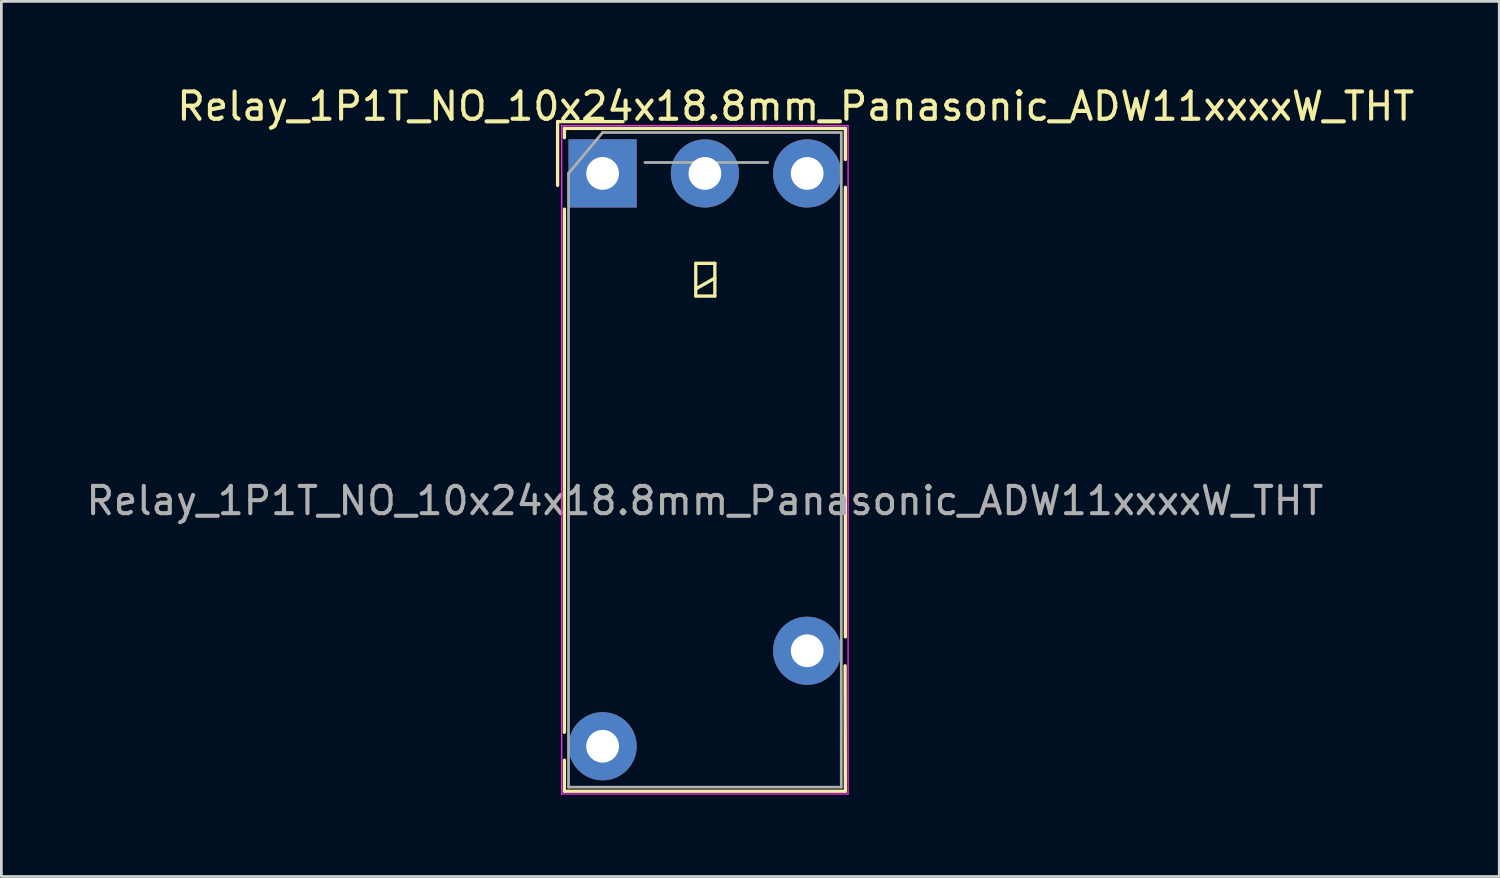
<source format=kicad_pcb>
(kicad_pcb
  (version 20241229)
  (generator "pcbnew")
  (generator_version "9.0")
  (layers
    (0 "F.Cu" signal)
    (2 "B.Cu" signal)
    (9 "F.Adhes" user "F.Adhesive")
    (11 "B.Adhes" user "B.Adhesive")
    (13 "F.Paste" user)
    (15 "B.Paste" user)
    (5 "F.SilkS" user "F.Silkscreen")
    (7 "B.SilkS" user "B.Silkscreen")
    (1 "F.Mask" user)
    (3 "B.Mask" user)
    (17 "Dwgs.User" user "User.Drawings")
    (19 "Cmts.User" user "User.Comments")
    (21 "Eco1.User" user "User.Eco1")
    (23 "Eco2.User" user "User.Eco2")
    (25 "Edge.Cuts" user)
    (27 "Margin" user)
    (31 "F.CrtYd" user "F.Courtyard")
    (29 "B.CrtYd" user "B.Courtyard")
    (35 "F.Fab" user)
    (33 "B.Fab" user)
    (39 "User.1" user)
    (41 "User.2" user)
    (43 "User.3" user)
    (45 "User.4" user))
  (footprint "Relay_1P1T_NO_10x24x18.8mm_Panasonic_ADW11xxxxW_THT"
    (layer "F.Cu")
    (at 19.042 3.308)
    (property "Reference" "Relay_1P1T_NO_10x24x18.8mm_Panasonic_ADW11xxxxW_THT" (at 7.08 -2.46 180) (layer "F.SilkS") (effects (font (size 1 1) (thickness 0.15))))
    (attr through_hole)
    (fp_line (start -1.65 -1.9) (end 0.75 -1.9) (stroke (width 0.12) (type solid)) (layer "F.SilkS"))
    (fp_line (start -1.65 0.44) (end -1.65 -1.9) (stroke (width 0.12) (type solid)) (layer "F.SilkS"))
    (fp_line (start -1.4 -1.65) (end -1.4 -1.31) (stroke (width 0.12) (type solid)) (layer "F.SilkS"))
    (fp_line (start -1.4 1.31) (end -1.4 20.49) (stroke (width 0.12) (type solid)) (layer "F.SilkS"))
    (fp_line (start -1.4 22.65) (end -1.4 21.51) (stroke (width 0.12) (type solid)) (layer "F.SilkS"))
    (fp_line (start 3.415 3.296) (end 3.415 4.496) (stroke (width 0.12) (type solid)) (layer "F.SilkS"))
    (fp_line (start 3.415 4.235) (end 4.115 3.835) (stroke (width 0.12) (type solid)) (layer "F.SilkS"))
    (fp_line (start 3.415 4.496) (end 4.115 4.496) (stroke (width 0.12) (type solid)) (layer "F.SilkS"))
    (fp_line (start 4.115 3.296) (end 3.415 3.296) (stroke (width 0.12) (type solid)) (layer "F.SilkS"))
    (fp_line (start 4.115 4.496) (end 4.115 3.296) (stroke (width 0.12) (type solid)) (layer "F.SilkS"))
    (fp_line (start 8.89 18.05) (end 8.9 22.65) (stroke (width 0.12) (type solid)) (layer "F.SilkS"))
    (fp_line (start 8.9 -1.65) (end -1.4 -1.65) (stroke (width 0.12) (type solid)) (layer "F.SilkS"))
    (fp_line (start 8.9 -1.65) (end 8.9 -0.51) (stroke (width 0.12) (type solid)) (layer "F.SilkS"))
    (fp_line (start 8.9 0.51) (end 8.9 16.99) (stroke (width 0.12) (type solid)) (layer "F.SilkS"))
    (fp_line (start 8.9 22.65) (end -1.4 22.65) (stroke (width 0.12) (type solid)) (layer "F.SilkS"))
    (fp_line (start -1.5 -1.75) (end -1.5 22.75) (stroke (width 0.05) (type solid)) (layer "F.CrtYd"))
    (fp_line (start 9 -1.75) (end -1.5 -1.75) (stroke (width 0.05) (type solid)) (layer "F.CrtYd"))
    (fp_line (start 9 22.75) (end -1.5 22.75) (stroke (width 0.05) (type solid)) (layer "F.CrtYd"))
    (fp_line (start 9 22.75) (end 9 -1.75) (stroke (width 0.05) (type solid)) (layer "F.CrtYd"))
    (fp_line (start -1.25 0) (end -1.25 22.5) (stroke (width 0.1) (type solid)) (layer "F.Fab"))
    (fp_line (start -1.25 0) (end 0 -1.5) (stroke (width 0.1) (type solid)) (layer "F.Fab"))
    (fp_line (start 1.55 -0.4) (end 6.05 -0.4) (stroke (width 0.1) (type solid)) (layer "F.Fab"))
    (fp_line (start 8.75 -1.5) (end 0 -1.5) (stroke (width 0.1) (type solid)) (layer "F.Fab"))
    (fp_line (start 8.75 22.5) (end -1.25 22.5) (stroke (width 0.1) (type solid)) (layer "F.Fab"))
    (fp_line (start 8.75 22.5) (end 8.75 -1.5) (stroke (width 0.1) (type solid)) (layer "F.Fab"))
    (fp_text user "${REFERENCE}" (at 3.75 12 180) (layer "F.Fab") (effects (font (size 1 1) (thickness 0.15))))
    (pad "1" thru_hole rect (at 0 0) (size 2.5 2.5) (drill 1.2) (layers "*.Cu" "*.Mask"))
    (pad "3" thru_hole oval (at 0 21) (size 2.5 2.5) (drill 1.2) (layers "*.Cu" "*.Mask"))
    (pad "5" thru_hole oval (at 7.5 17.5) (size 2.5 2.5) (drill 1.2) (layers "*.Cu" "*.Mask"))
    (pad "6" thru_hole oval (at 7.5 0) (size 2.5 2.5) (drill 1.2) (layers "*.Cu" "*.Mask"))
    (pad "7" thru_hole oval (at 3.75 0) (size 2.5 2.5) (drill 1.2) (layers "*.Cu" "*.Mask")))
  (gr_rect
    (start -3 -3)
    (end 51.913 29.083)
    (stroke (width 0.1) (type default))
    (fill no)
    (layer "Edge.Cuts")))
</source>
